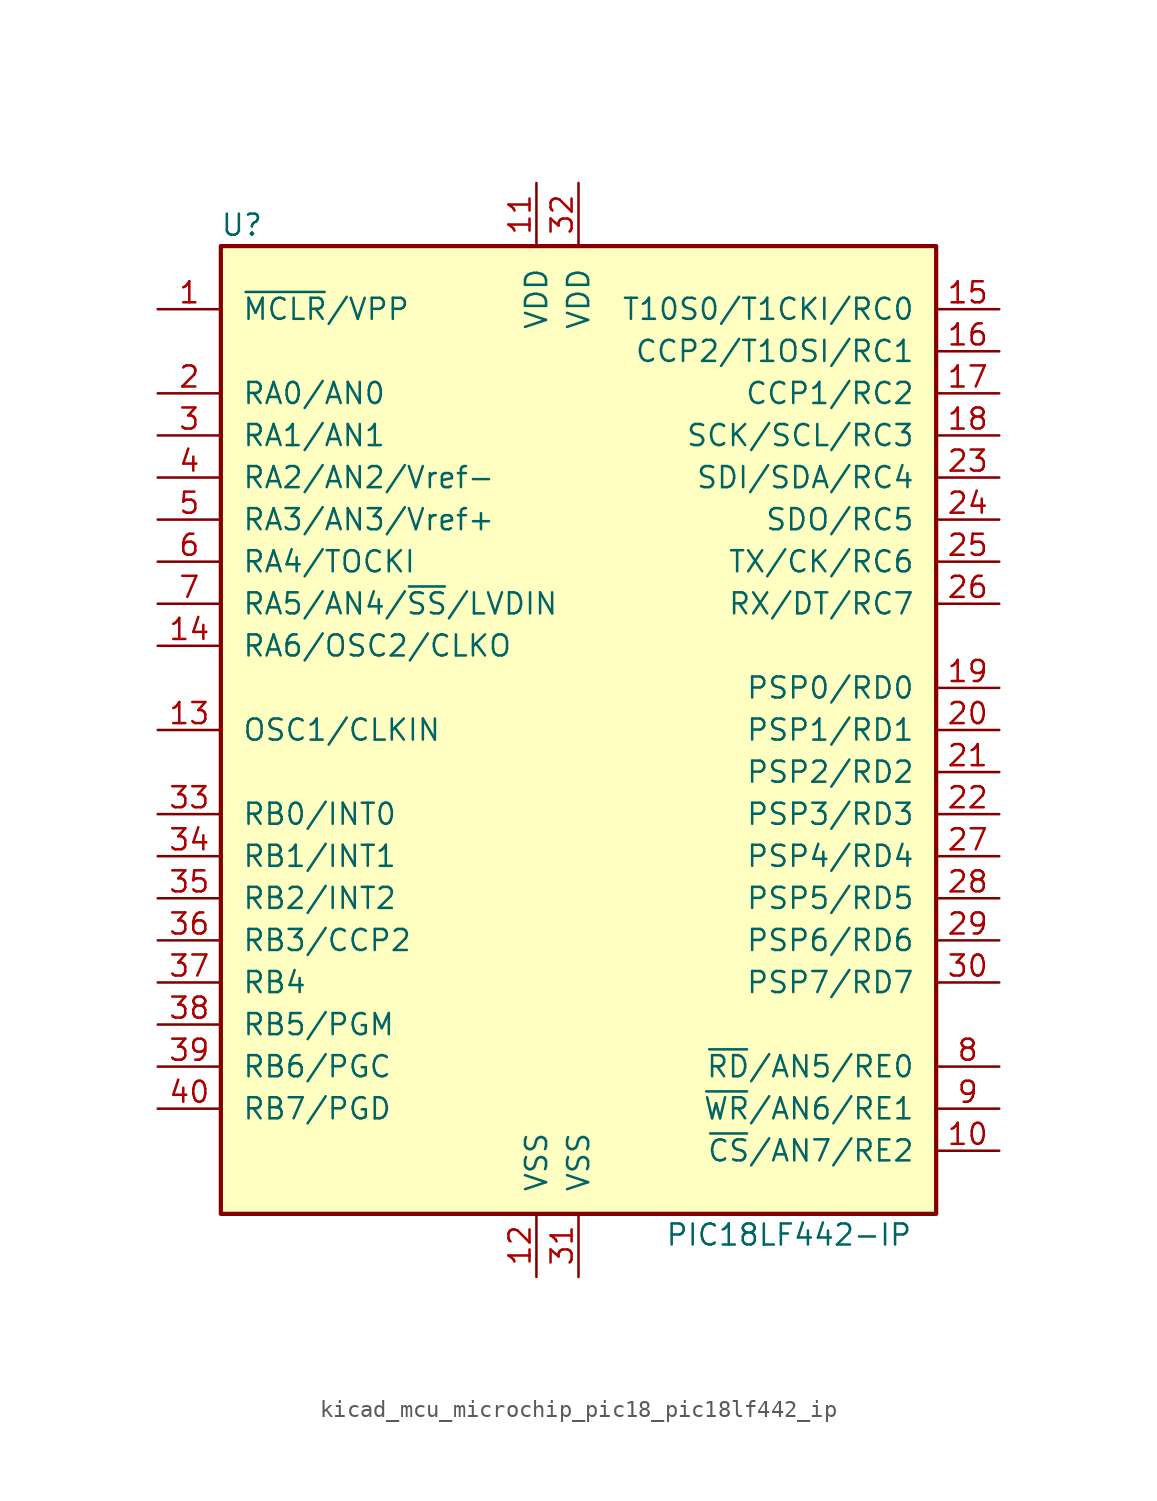
<source format=kicad_sym>
(kicad_symbol_lib
  (version 20220914)
  (generator kicad_symbol_editor)
  (symbol "kicad_mcu_microchip_pic18_pic18lf442_ip"
    (pin_names
      (offset 1.27))
    (property "Reference" "U"
      (at -20.32 30.48 0)
      (effects (font (size 1.27 1.27))))
    (property "Value" "PIC18LF442-IP"
      (at 12.7 -30.48 0)
      (effects (font (size 1.27 1.27))))
    (symbol "kicad_mcu_microchip_pic18_pic18lf442_ip_0_1"
      (rectangle (start -21.59 -29.21) (end 21.59 29.21) (stroke (width 0.254) (type default)) (fill (type background))))
    (symbol "kicad_mcu_microchip_pic18_pic18lf442_ip_1_1"
      (pin input line (at -25.4 25.4 0) (length 3.81) (name "~{MCLR}/VPP" (effects (font (size 1.27 1.27)))) (number "1" (effects (font (size 1.27 1.27)))))
      (pin bidirectional line (at 25.4 -25.4 180) (length 3.81) (name "~{CS}/AN7/RE2" (effects (font (size 1.27 1.27)))) (number "10" (effects (font (size 1.27 1.27)))))
      (pin power_in line (at -2.54 33.02 270) (length 3.81) (name "VDD" (effects (font (size 1.27 1.27)))) (number "11" (effects (font (size 1.27 1.27)))))
      (pin power_in line (at -2.54 -33.02 90) (length 3.81) (name "VSS" (effects (font (size 1.27 1.27)))) (number "12" (effects (font (size 1.27 1.27)))))
      (pin input line (at -25.4 0 0) (length 3.81) (name "OSC1/CLKIN" (effects (font (size 1.27 1.27)))) (number "13" (effects (font (size 1.27 1.27)))))
      (pin output line (at -25.4 5.08 0) (length 3.81) (name "RA6/OSC2/CLKO" (effects (font (size 1.27 1.27)))) (number "14" (effects (font (size 1.27 1.27)))))
      (pin bidirectional line (at 25.4 25.4 180) (length 3.81) (name "T10S0/T1CKI/RC0" (effects (font (size 1.27 1.27)))) (number "15" (effects (font (size 1.27 1.27)))))
      (pin bidirectional line (at 25.4 22.86 180) (length 3.81) (name "CCP2/T1OSI/RC1" (effects (font (size 1.27 1.27)))) (number "16" (effects (font (size 1.27 1.27)))))
      (pin bidirectional line (at 25.4 20.32 180) (length 3.81) (name "CCP1/RC2" (effects (font (size 1.27 1.27)))) (number "17" (effects (font (size 1.27 1.27)))))
      (pin bidirectional line (at 25.4 17.78 180) (length 3.81) (name "SCK/SCL/RC3" (effects (font (size 1.27 1.27)))) (number "18" (effects (font (size 1.27 1.27)))))
      (pin bidirectional line (at 25.4 2.54 180) (length 3.81) (name "PSP0/RD0" (effects (font (size 1.27 1.27)))) (number "19" (effects (font (size 1.27 1.27)))))
      (pin bidirectional line (at -25.4 20.32 0) (length 3.81) (name "RA0/AN0" (effects (font (size 1.27 1.27)))) (number "2" (effects (font (size 1.27 1.27)))))
      (pin bidirectional line (at 25.4 0 180) (length 3.81) (name "PSP1/RD1" (effects (font (size 1.27 1.27)))) (number "20" (effects (font (size 1.27 1.27)))))
      (pin bidirectional line (at 25.4 -2.54 180) (length 3.81) (name "PSP2/RD2" (effects (font (size 1.27 1.27)))) (number "21" (effects (font (size 1.27 1.27)))))
      (pin bidirectional line (at 25.4 -5.08 180) (length 3.81) (name "PSP3/RD3" (effects (font (size 1.27 1.27)))) (number "22" (effects (font (size 1.27 1.27)))))
      (pin bidirectional line (at 25.4 15.24 180) (length 3.81) (name "SDI/SDA/RC4" (effects (font (size 1.27 1.27)))) (number "23" (effects (font (size 1.27 1.27)))))
      (pin bidirectional line (at 25.4 12.7 180) (length 3.81) (name "SDO/RC5" (effects (font (size 1.27 1.27)))) (number "24" (effects (font (size 1.27 1.27)))))
      (pin bidirectional line (at 25.4 10.16 180) (length 3.81) (name "TX/CK/RC6" (effects (font (size 1.27 1.27)))) (number "25" (effects (font (size 1.27 1.27)))))
      (pin bidirectional line (at 25.4 7.62 180) (length 3.81) (name "RX/DT/RC7" (effects (font (size 1.27 1.27)))) (number "26" (effects (font (size 1.27 1.27)))))
      (pin bidirectional line (at 25.4 -7.62 180) (length 3.81) (name "PSP4/RD4" (effects (font (size 1.27 1.27)))) (number "27" (effects (font (size 1.27 1.27)))))
      (pin bidirectional line (at 25.4 -10.16 180) (length 3.81) (name "PSP5/RD5" (effects (font (size 1.27 1.27)))) (number "28" (effects (font (size 1.27 1.27)))))
      (pin bidirectional line (at 25.4 -12.7 180) (length 3.81) (name "PSP6/RD6" (effects (font (size 1.27 1.27)))) (number "29" (effects (font (size 1.27 1.27)))))
      (pin bidirectional line (at -25.4 17.78 0) (length 3.81) (name "RA1/AN1" (effects (font (size 1.27 1.27)))) (number "3" (effects (font (size 1.27 1.27)))))
      (pin bidirectional line (at 25.4 -15.24 180) (length 3.81) (name "PSP7/RD7" (effects (font (size 1.27 1.27)))) (number "30" (effects (font (size 1.27 1.27)))))
      (pin power_in line (at 0 -33.02 90) (length 3.81) (name "VSS" (effects (font (size 1.27 1.27)))) (number "31" (effects (font (size 1.27 1.27)))))
      (pin power_in line (at 0 33.02 270) (length 3.81) (name "VDD" (effects (font (size 1.27 1.27)))) (number "32" (effects (font (size 1.27 1.27)))))
      (pin bidirectional line (at -25.4 -5.08 0) (length 3.81) (name "RB0/INT0" (effects (font (size 1.27 1.27)))) (number "33" (effects (font (size 1.27 1.27)))))
      (pin bidirectional line (at -25.4 -7.62 0) (length 3.81) (name "RB1/INT1" (effects (font (size 1.27 1.27)))) (number "34" (effects (font (size 1.27 1.27)))))
      (pin bidirectional line (at -25.4 -10.16 0) (length 3.81) (name "RB2/INT2" (effects (font (size 1.27 1.27)))) (number "35" (effects (font (size 1.27 1.27)))))
      (pin bidirectional line (at -25.4 -12.7 0) (length 3.81) (name "RB3/CCP2" (effects (font (size 1.27 1.27)))) (number "36" (effects (font (size 1.27 1.27)))))
      (pin bidirectional line (at -25.4 -15.24 0) (length 3.81) (name "RB4" (effects (font (size 1.27 1.27)))) (number "37" (effects (font (size 1.27 1.27)))))
      (pin bidirectional line (at -25.4 -17.78 0) (length 3.81) (name "RB5/PGM" (effects (font (size 1.27 1.27)))) (number "38" (effects (font (size 1.27 1.27)))))
      (pin bidirectional line (at -25.4 -20.32 0) (length 3.81) (name "RB6/PGC" (effects (font (size 1.27 1.27)))) (number "39" (effects (font (size 1.27 1.27)))))
      (pin bidirectional line (at -25.4 15.24 0) (length 3.81) (name "RA2/AN2/Vref-" (effects (font (size 1.27 1.27)))) (number "4" (effects (font (size 1.27 1.27)))))
      (pin bidirectional line (at -25.4 -22.86 0) (length 3.81) (name "RB7/PGD" (effects (font (size 1.27 1.27)))) (number "40" (effects (font (size 1.27 1.27)))))
      (pin bidirectional line (at -25.4 12.7 0) (length 3.81) (name "RA3/AN3/Vref+" (effects (font (size 1.27 1.27)))) (number "5" (effects (font (size 1.27 1.27)))))
      (pin bidirectional line (at -25.4 10.16 0) (length 3.81) (name "RA4/TOCKI" (effects (font (size 1.27 1.27)))) (number "6" (effects (font (size 1.27 1.27)))))
      (pin bidirectional line (at -25.4 7.62 0) (length 3.81) (name "RA5/AN4/~{SS}/LVDIN" (effects (font (size 1.27 1.27)))) (number "7" (effects (font (size 1.27 1.27)))))
      (pin bidirectional line (at 25.4 -20.32 180) (length 3.81) (name "~{RD}/AN5/RE0" (effects (font (size 1.27 1.27)))) (number "8" (effects (font (size 1.27 1.27)))))
      (pin bidirectional line (at 25.4 -22.86 180) (length 3.81) (name "~{WR}/AN6/RE1" (effects (font (size 1.27 1.27)))) (number "9" (effects (font (size 1.27 1.27))))))))
</source>
